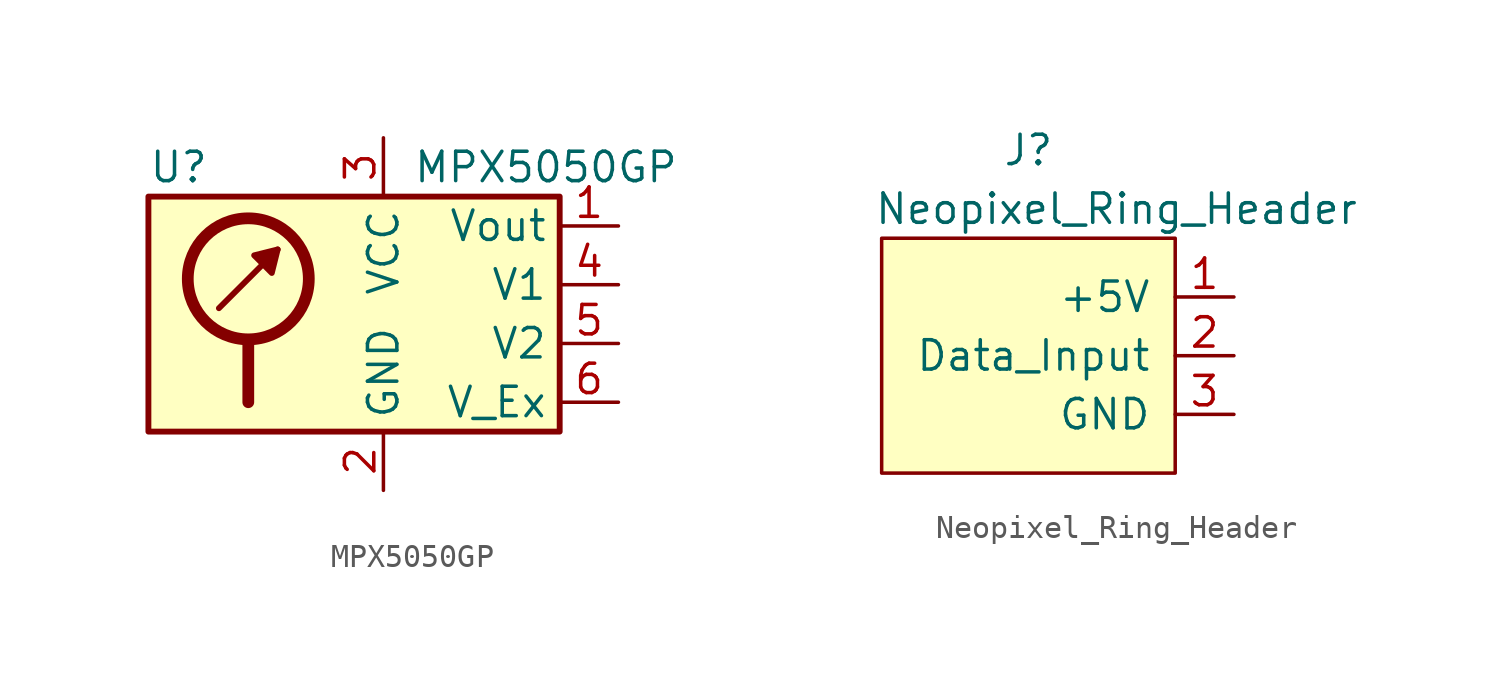
<source format=kicad_sym>
(kicad_symbol_lib
  (version 20211014)
  (generator kicad_symbol_editor)
  (symbol "MPX5050GP"
    (property "Reference" "U"
      (at -10.16 6.35 0)
      (effects (font (size 1.27 1.27)) (justify left)))
    (property "Value" "MPX5050GP"
      (at 1.27 6.35 0)
      (effects (font (size 1.27 1.27)) (justify left)))
    (symbol "MPX5050GP_0_1"
      (circle (center -5.842 1.524) (radius 2.616) (stroke (width 0.508) (type default) (color 0 0 0 0)) (fill (type none)))
      (polyline (pts (xy -7.112 0.254) (xy -4.572 2.794)) (stroke (width 0.254) (type default) (color 0 0 0 0)) (fill (type none)))
      (polyline (pts (xy -5.842 -1.27) (xy -5.842 -3.81)) (stroke (width 0.508) (type default) (color 0 0 0 0)) (fill (type none)))
      (polyline (pts (xy -4.572 2.794) (xy -4.826 1.778) (xy -5.588 2.54) (xy -4.572 2.794)) (stroke (width 0.254) (type default) (color 0 0 0 0)) (fill (type outline)))
      (rectangle (start 7.62 5.08) (end -10.16 -5.08) (stroke (width 0.254) (type default) (color 0 0 0 0)) (fill (type background))))
    (symbol "MPX5050GP_1_1"
      (pin output line (at 10.16 3.81 180) (length 2.54) (name "Vout" (effects (font (size 1.27 1.27)))) (number "1" (effects (font (size 1.27 1.27)))))
      (pin power_in line (at 0 -7.62 90) (length 2.54) (name "GND" (effects (font (size 1.27 1.27)))) (number "2" (effects (font (size 1.27 1.27)))))
      (pin power_in line (at 0 7.62 270) (length 2.54) (name "VCC" (effects (font (size 1.27 1.27)))) (number "3" (effects (font (size 1.27 1.27)))))
      (pin output line (at 10.16 1.27 180) (length 2.54) (name "V1" (effects (font (size 1.27 1.27)))) (number "4" (effects (font (size 1.27 1.27)))))
      (pin output line (at 10.16 -1.27 180) (length 2.54) (name "V2" (effects (font (size 1.27 1.27)))) (number "5" (effects (font (size 1.27 1.27)))))
      (pin output line (at 10.16 -3.81 180) (length 2.54) (name "V_Ex" (effects (font (size 1.27 1.27)))) (number "6" (effects (font (size 1.27 1.27)))))))
  (symbol "Neopixel_Ring_Header"
    (pin_names
      (offset 1.016))
    (property "Reference" "J"
      (at 0 8.89 0)
      (effects (font (size 1.27 1.27))))
    (property "Value" "Neopixel_Ring_Header"
      (at 3.81 6.35 0)
      (effects (font (size 1.27 1.27))))
    (symbol "Neopixel_Ring_Header_0_1"
      (rectangle (start 6.35 5.08) (end -6.35 -5.08) (stroke (width 0) (type default) (color 0 0 0 0)) (fill (type background))))
    (symbol "Neopixel_Ring_Header_1_1"
      (pin power_in line (at 8.89 2.54 180) (length 2.54) (name "+5V" (effects (font (size 1.27 1.27)))) (number "1" (effects (font (size 1.27 1.27)))))
      (pin input line (at 8.89 0 180) (length 2.54) (name "Data_Input" (effects (font (size 1.27 1.27)))) (number "2" (effects (font (size 1.27 1.27)))))
      (pin power_in line (at 8.89 -2.54 180) (length 2.54) (name "GND" (effects (font (size 1.27 1.27)))) (number "3" (effects (font (size 1.27 1.27))))))))
</source>
